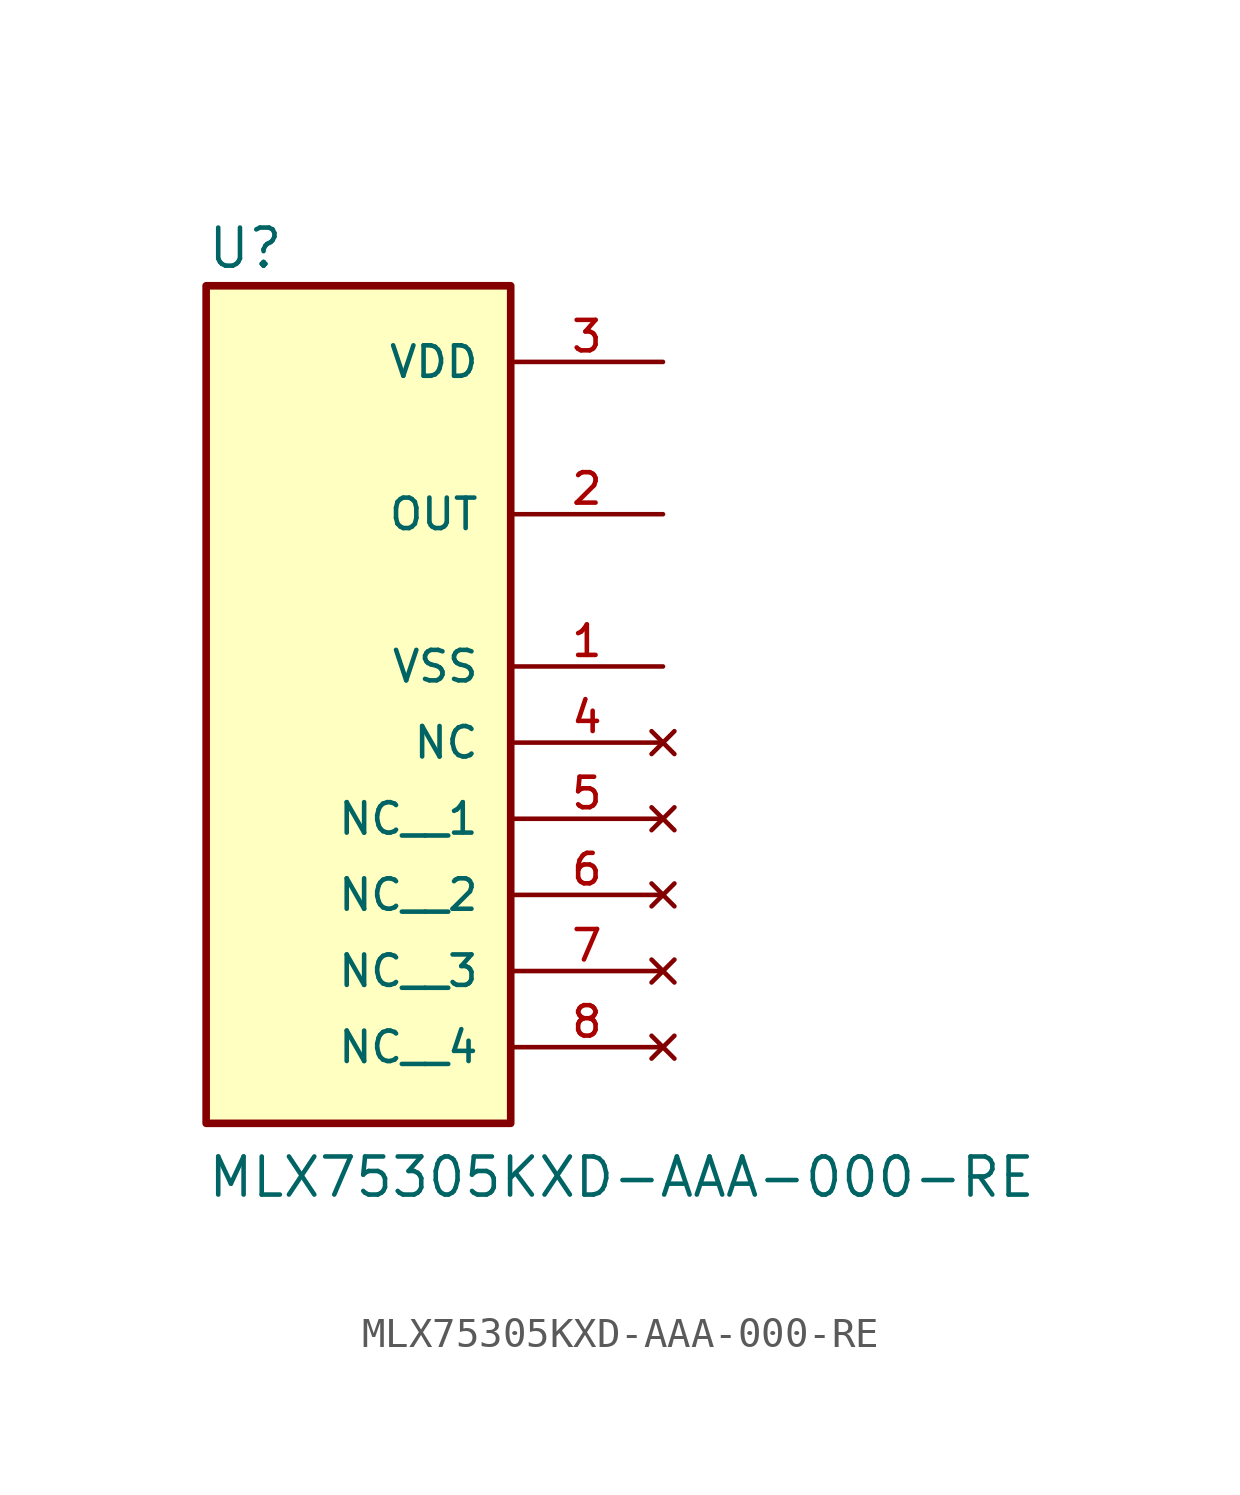
<source format=kicad_sym>
(kicad_symbol_lib
  (version 20211014)
  (generator kicad_symbol_editor)
  (symbol "MLX75305KXD-AAA-000-RE"
    (pin_names
      (offset 1.016))
    (property "Reference" "U"
      (at -5.08 8.128 0.0)
      (effects (font (size 1.27 1.27)) (justify bottom left)))
    (property "Value" "MLX75305KXD-AAA-000-RE"
      (at -5.08 -22.86 0.0)
      (effects (font (size 1.27 1.27)) (justify bottom left)))
    (symbol "MLX75305KXD-AAA-000-RE_0_0"
      (rectangle (start -5.08 -20.32) (end 5.08 7.62) (stroke (width 0.254)) (fill (type background)))
      (pin output line (at 10.16 0.0 180.0) (length 5.08) (name "OUT" (effects (font (size 1.016 1.016)))) (number "2" (effects (font (size 1.016 1.016)))))
      (pin power_in line (at 10.16 5.08 180.0) (length 5.08) (name "VDD" (effects (font (size 1.016 1.016)))) (number "3" (effects (font (size 1.016 1.016)))))
      (pin power_in line (at 10.16 -5.08 180.0) (length 5.08) (name "VSS" (effects (font (size 1.016 1.016)))) (number "1" (effects (font (size 1.016 1.016)))))
      (pin no_connect line (at 10.16 -7.62 180.0) (length 5.08) (name "NC" (effects (font (size 1.016 1.016)))) (number "4" (effects (font (size 1.016 1.016)))))
      (pin no_connect line (at 10.16 -10.16 180.0) (length 5.08) (name "NC__1" (effects (font (size 1.016 1.016)))) (number "5" (effects (font (size 1.016 1.016)))))
      (pin no_connect line (at 10.16 -12.7 180.0) (length 5.08) (name "NC__2" (effects (font (size 1.016 1.016)))) (number "6" (effects (font (size 1.016 1.016)))))
      (pin no_connect line (at 10.16 -15.24 180.0) (length 5.08) (name "NC__3" (effects (font (size 1.016 1.016)))) (number "7" (effects (font (size 1.016 1.016)))))
      (pin no_connect line (at 10.16 -17.78 180.0) (length 5.08) (name "NC__4" (effects (font (size 1.016 1.016)))) (number "8" (effects (font (size 1.016 1.016))))))))
</source>
